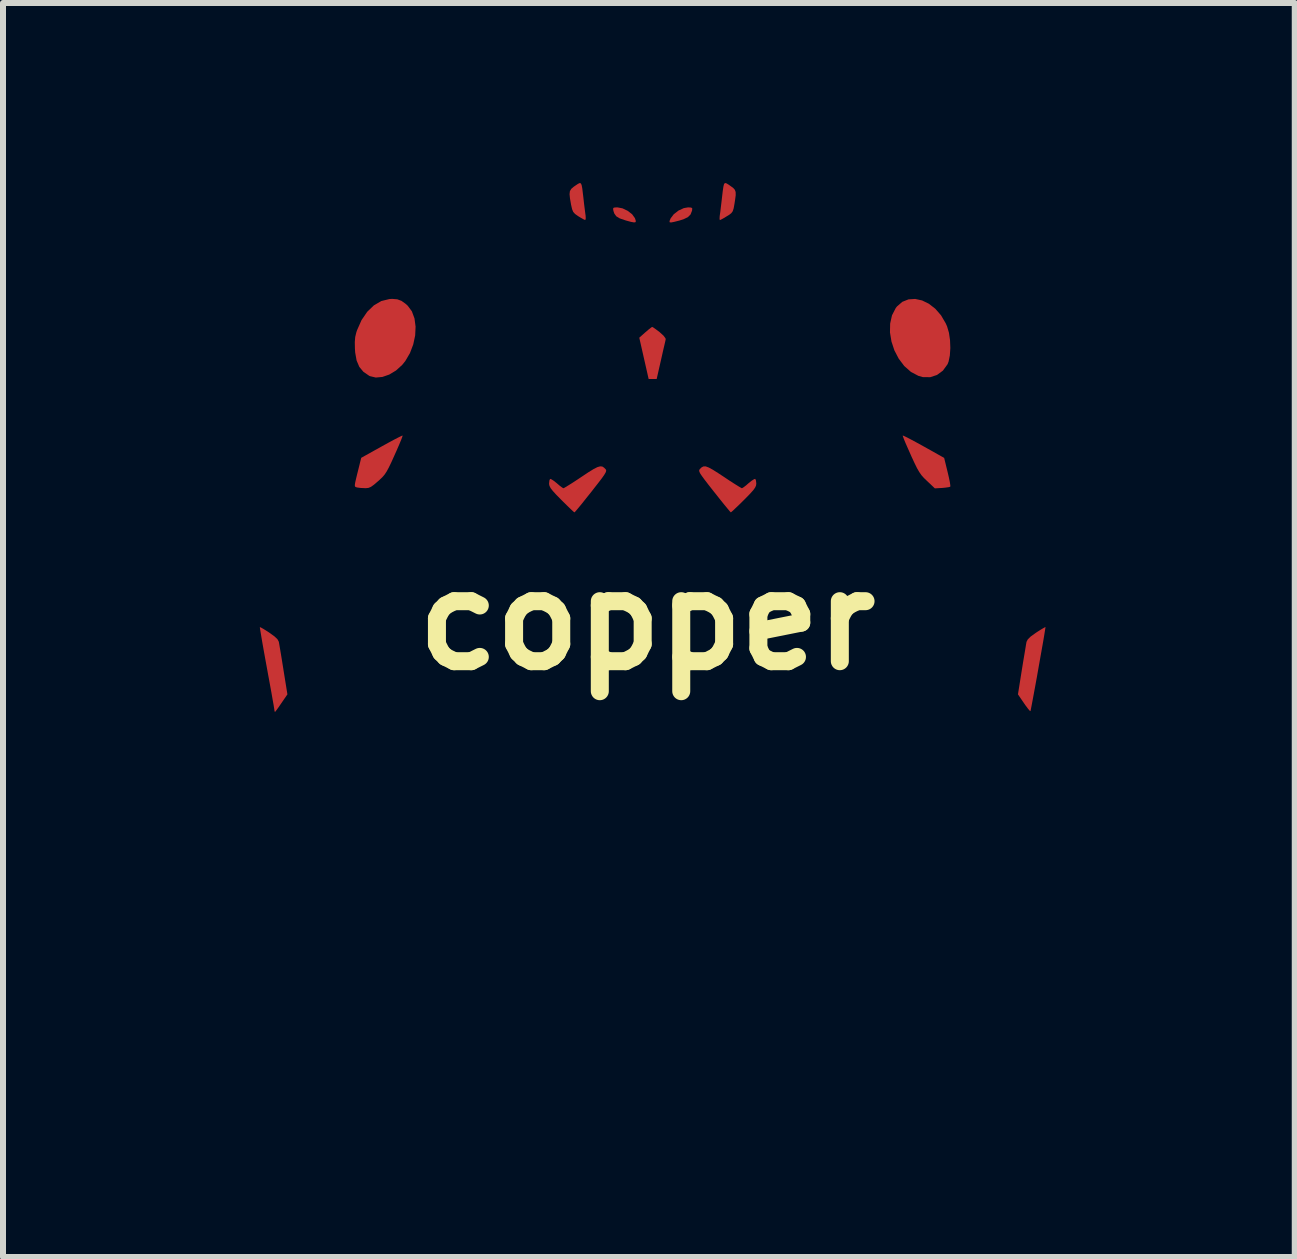
<source format=kicad_pcb>
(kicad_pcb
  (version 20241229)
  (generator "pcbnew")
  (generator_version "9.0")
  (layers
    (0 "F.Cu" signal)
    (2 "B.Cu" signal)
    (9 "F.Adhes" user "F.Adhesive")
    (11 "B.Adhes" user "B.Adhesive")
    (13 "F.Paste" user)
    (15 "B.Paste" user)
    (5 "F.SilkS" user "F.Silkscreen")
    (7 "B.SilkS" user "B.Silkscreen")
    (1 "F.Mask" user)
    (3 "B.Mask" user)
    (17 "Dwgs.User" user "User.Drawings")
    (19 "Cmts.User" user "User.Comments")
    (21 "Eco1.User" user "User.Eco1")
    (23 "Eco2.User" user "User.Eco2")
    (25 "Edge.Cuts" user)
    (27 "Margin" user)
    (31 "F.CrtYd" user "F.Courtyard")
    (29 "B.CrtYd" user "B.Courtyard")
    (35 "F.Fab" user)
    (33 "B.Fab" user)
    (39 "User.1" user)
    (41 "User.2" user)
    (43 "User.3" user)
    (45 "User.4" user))
  (footprint "copper"
    (layer "F.Cu")
    (at 7.732 7.291)
    (property "Reference" "copper" (at 0 0 0) (layer "F.SilkS") (effects (font (size 1.5 1.5) (thickness 0.3))))
    (attr board_only exclude_from_pos_files exclude_from_bom)
    (fp_poly (pts (xy 0.736 -6.882) (xy 0.755 -6.869) (xy 0.752 -6.835) (xy 0.75 -6.827) (xy 0.726 -6.766) (xy 0.682 -6.722) (xy 0.609 -6.687) (xy 0.539 -6.665) (xy 0.452 -6.643) (xy 0.4 -6.633) (xy 0.377 -6.638) (xy 0.377 -6.659) (xy 0.393 -6.698) (xy 0.394 -6.701) (xy 0.447 -6.771) (xy 0.526 -6.832) (xy 0.615 -6.873) (xy 0.686 -6.885)) (stroke (width 0) (type solid)) (fill yes) (layer "F.Cu"))
    (fp_poly (pts (xy -0.408 -6.869) (xy -0.322 -6.828) (xy -0.248 -6.771) (xy -0.201 -6.706) (xy -0.198 -6.698) (xy -0.186 -6.66) (xy -0.189 -6.639) (xy -0.213 -6.634) (xy -0.265 -6.643) (xy -0.35 -6.666) (xy -0.365 -6.671) (xy -0.455 -6.702) (xy -0.512 -6.737) (xy -0.545 -6.784) (xy -0.559 -6.827) (xy -0.565 -6.864) (xy -0.552 -6.881) (xy -0.509 -6.885) (xy -0.492 -6.885)) (stroke (width 0) (type solid)) (fill yes) (layer "F.Cu"))
    (fp_poly (pts (xy 0.109 -4.881) (xy 0.154 -4.849) (xy 0.211 -4.806) (xy 0.276 -4.747) (xy 0.309 -4.703) (xy 0.312 -4.684) (xy 0.305 -4.652) (xy 0.29 -4.587) (xy 0.269 -4.497) (xy 0.245 -4.39) (xy 0.233 -4.337) (xy 0.162 -4.025) (xy 0.095 -4.025) (xy 0.028 -4.025) (xy -0.05 -4.369) (xy -0.128 -4.713) (xy -0.027 -4.803) (xy 0.027 -4.849) (xy 0.069 -4.882) (xy 0.087 -4.893)) (stroke (width 0) (type solid)) (fill yes) (layer "F.Cu"))
    (fp_poly (pts (xy -1.103 -7.286) (xy -1.089 -7.258) (xy -1.078 -7.201) (xy -1.067 -7.109) (xy -1.059 -7.044) (xy -1.048 -6.944) (xy -1.036 -6.85) (xy -1.027 -6.778) (xy -1.023 -6.753) (xy -1.02 -6.702) (xy -1.027 -6.676) (xy -1.03 -6.674) (xy -1.057 -6.686) (xy -1.106 -6.714) (xy -1.144 -6.737) (xy -1.197 -6.774) (xy -1.229 -6.809) (xy -1.248 -6.856) (xy -1.265 -6.931) (xy -1.265 -6.931) (xy -1.283 -7.035) (xy -1.29 -7.106) (xy -1.284 -7.156) (xy -1.262 -7.193) (xy -1.223 -7.227) (xy -1.197 -7.245) (xy -1.153 -7.275) (xy -1.123 -7.29)) (stroke (width 0) (type solid)) (fill yes) (layer "F.Cu"))
    (fp_poly (pts (xy 1.326 -7.285) (xy 1.362 -7.263) (xy 1.387 -7.245) (xy 1.435 -7.211) (xy 1.464 -7.179) (xy 1.478 -7.141) (xy 1.479 -7.087) (xy 1.468 -7.005) (xy 1.459 -6.947) (xy 1.445 -6.869) (xy 1.429 -6.82) (xy 1.404 -6.787) (xy 1.361 -6.755) (xy 1.331 -6.737) (xy 1.273 -6.702) (xy 1.23 -6.679) (xy 1.215 -6.673) (xy 1.21 -6.692) (xy 1.212 -6.737) (xy 1.214 -6.753) (xy 1.222 -6.808) (xy 1.232 -6.892) (xy 1.244 -6.991) (xy 1.25 -7.044) (xy 1.263 -7.156) (xy 1.274 -7.231) (xy 1.285 -7.275) (xy 1.302 -7.291)) (stroke (width 0) (type solid)) (fill yes) (layer "F.Cu"))
    (fp_poly (pts (xy 4.282 -3.076) (xy 4.334 -3.051) (xy 4.41 -3.011) (xy 4.505 -2.96) (xy 4.612 -2.901) (xy 4.953 -2.71) (xy 5.01 -2.477) (xy 5.032 -2.383) (xy 5.048 -2.305) (xy 5.056 -2.251) (xy 5.055 -2.23) (xy 5.028 -2.222) (xy 4.972 -2.214) (xy 4.92 -2.209) (xy 4.798 -2.202) (xy 4.668 -2.325) (xy 4.617 -2.374) (xy 4.575 -2.421) (xy 4.539 -2.473) (xy 4.501 -2.538) (xy 4.459 -2.624) (xy 4.405 -2.74) (xy 4.396 -2.761) (xy 4.349 -2.867) (xy 4.309 -2.958) (xy 4.28 -3.029) (xy 4.264 -3.073) (xy 4.262 -3.083)) (stroke (width 0) (type solid)) (fill yes) (layer "F.Cu"))
    (fp_poly (pts (xy 4.585 -5.334) (xy 4.698 -5.279) (xy 4.805 -5.196) (xy 4.901 -5.086) (xy 4.979 -4.953) (xy 5.002 -4.901) (xy 5.033 -4.795) (xy 5.051 -4.671) (xy 5.056 -4.541) (xy 5.048 -4.418) (xy 5.027 -4.315) (xy 5.009 -4.27) (xy 4.932 -4.164) (xy 4.834 -4.092) (xy 4.721 -4.055) (xy 4.599 -4.056) (xy 4.526 -4.076) (xy 4.399 -4.143) (xy 4.288 -4.241) (xy 4.196 -4.363) (xy 4.124 -4.501) (xy 4.075 -4.649) (xy 4.05 -4.801) (xy 4.053 -4.949) (xy 4.084 -5.087) (xy 4.146 -5.207) (xy 4.167 -5.234) (xy 4.256 -5.311) (xy 4.359 -5.352) (xy 4.47 -5.359)) (stroke (width 0) (type solid)) (fill yes) (layer "F.Cu"))
    (fp_poly (pts (xy -4.161 -5.353) (xy -4.091 -5.327) (xy -4.02 -5.276) (xy -3.988 -5.247) (xy -3.918 -5.153) (xy -3.874 -5.034) (xy -3.856 -4.897) (xy -3.863 -4.75) (xy -3.895 -4.601) (xy -3.95 -4.456) (xy -4.028 -4.323) (xy -4.079 -4.26) (xy -4.181 -4.167) (xy -4.294 -4.099) (xy -4.409 -4.059) (xy -4.519 -4.049) (xy -4.616 -4.072) (xy -4.629 -4.078) (xy -4.726 -4.145) (xy -4.794 -4.227) (xy -4.839 -4.333) (xy -4.863 -4.468) (xy -4.867 -4.533) (xy -4.869 -4.641) (xy -4.862 -4.726) (xy -4.843 -4.804) (xy -4.831 -4.839) (xy -4.757 -5.006) (xy -4.662 -5.145) (xy -4.551 -5.252) (xy -4.427 -5.324) (xy -4.293 -5.357) (xy -4.247 -5.36)) (stroke (width 0) (type solid)) (fill yes) (layer "F.Cu"))
    (fp_poly (pts (xy -4.077 -3.062) (xy -4.097 -3.009) (xy -4.13 -2.93) (xy -4.172 -2.833) (xy -4.206 -2.757) (xy -4.26 -2.637) (xy -4.303 -2.548) (xy -4.339 -2.482) (xy -4.373 -2.431) (xy -4.41 -2.388) (xy -4.455 -2.345) (xy -4.482 -2.321) (xy -4.551 -2.262) (xy -4.6 -2.227) (xy -4.641 -2.21) (xy -4.686 -2.205) (xy -4.707 -2.206) (xy -4.773 -2.209) (xy -4.825 -2.216) (xy -4.835 -2.218) (xy -4.854 -2.224) (xy -4.866 -2.234) (xy -4.869 -2.256) (xy -4.863 -2.297) (xy -4.848 -2.363) (xy -4.824 -2.462) (xy -4.817 -2.489) (xy -4.762 -2.711) (xy -4.421 -2.901) (xy -4.312 -2.961) (xy -4.218 -3.012) (xy -4.142 -3.051) (xy -4.091 -3.076) (xy -4.072 -3.083)) (stroke (width 0) (type solid)) (fill yes) (layer "F.Cu"))
    (fp_poly (pts (xy 6.639 0.131) (xy 6.63 0.188) (xy 6.616 0.275) (xy 6.597 0.385) (xy 6.574 0.514) (xy 6.549 0.655) (xy 6.523 0.802) (xy 6.497 0.95) (xy 6.471 1.092) (xy 6.447 1.222) (xy 6.426 1.335) (xy 6.409 1.425) (xy 6.397 1.486) (xy 6.392 1.511) (xy 6.378 1.503) (xy 6.347 1.466) (xy 6.304 1.408) (xy 6.284 1.379) (xy 6.183 1.231) (xy 6.248 0.822) (xy 6.269 0.692) (xy 6.289 0.573) (xy 6.306 0.472) (xy 6.318 0.398) (xy 6.325 0.358) (xy 6.325 0.357) (xy 6.346 0.316) (xy 6.394 0.268) (xy 6.476 0.209) (xy 6.486 0.202) (xy 6.554 0.158) (xy 6.608 0.126) (xy 6.638 0.11) (xy 6.642 0.11)) (stroke (width 0) (type solid)) (fill yes) (layer "F.Cu"))
    (fp_poly (pts (xy -6.432 0.118) (xy -6.386 0.144) (xy -6.322 0.184) (xy -6.295 0.202) (xy -6.21 0.263) (xy -6.158 0.312) (xy -6.136 0.353) (xy -6.135 0.357) (xy -6.128 0.395) (xy -6.116 0.467) (xy -6.099 0.566) (xy -6.08 0.684) (xy -6.059 0.814) (xy -6.058 0.822) (xy -5.992 1.231) (xy -6.093 1.378) (xy -6.139 1.445) (xy -6.176 1.496) (xy -6.197 1.523) (xy -6.2 1.525) (xy -6.207 1.508) (xy -6.208 1.499) (xy -6.212 1.472) (xy -6.222 1.409) (xy -6.239 1.315) (xy -6.26 1.194) (xy -6.286 1.052) (xy -6.315 0.894) (xy -6.333 0.795) (xy -6.363 0.631) (xy -6.39 0.481) (xy -6.413 0.35) (xy -6.431 0.243) (xy -6.444 0.164) (xy -6.451 0.119) (xy -6.451 0.11)) (stroke (width 0) (type solid)) (fill yes) (layer "F.Cu"))
    (fp_poly (pts (xy -0.744 -2.566) (xy -0.715 -2.547) (xy -0.692 -2.524) (xy -0.681 -2.51) (xy -0.68 -2.492) (xy -0.689 -2.466) (xy -0.712 -2.427) (xy -0.751 -2.371) (xy -0.811 -2.293) (xy -0.893 -2.188) (xy -0.927 -2.144) (xy -1.009 -2.042) (xy -1.081 -1.951) (xy -1.141 -1.878) (xy -1.184 -1.827) (xy -1.206 -1.803) (xy -1.208 -1.802) (xy -1.226 -1.815) (xy -1.268 -1.854) (xy -1.328 -1.912) (xy -1.401 -1.984) (xy -1.425 -2.008) (xy -1.51 -2.094) (xy -1.568 -2.158) (xy -1.605 -2.205) (xy -1.624 -2.242) (xy -1.631 -2.274) (xy -1.631 -2.282) (xy -1.626 -2.332) (xy -1.615 -2.359) (xy -1.614 -2.36) (xy -1.59 -2.352) (xy -1.546 -2.323) (xy -1.503 -2.288) (xy -1.45 -2.243) (xy -1.409 -2.213) (xy -1.392 -2.204) (xy -1.37 -2.215) (xy -1.319 -2.246) (xy -1.245 -2.292) (xy -1.155 -2.351) (xy -1.089 -2.395) (xy -0.975 -2.471) (xy -0.889 -2.524) (xy -0.826 -2.556) (xy -0.78 -2.569)) (stroke (width 0) (type solid)) (fill yes) (layer "F.Cu"))
    (fp_poly (pts (xy 0.98 -2.568) (xy 1.029 -2.55) (xy 1.097 -2.513) (xy 1.189 -2.455) (xy 1.28 -2.395) (xy 1.377 -2.33) (xy 1.463 -2.275) (xy 1.529 -2.234) (xy 1.572 -2.209) (xy 1.583 -2.204) (xy 1.607 -2.218) (xy 1.651 -2.251) (xy 1.693 -2.288) (xy 1.746 -2.33) (xy 1.787 -2.356) (xy 1.805 -2.36) (xy 1.817 -2.333) (xy 1.822 -2.284) (xy 1.822 -2.281) (xy 1.818 -2.249) (xy 1.802 -2.214) (xy 1.771 -2.171) (xy 1.719 -2.113) (xy 1.643 -2.035) (xy 1.615 -2.007) (xy 1.539 -1.932) (xy 1.474 -1.87) (xy 1.426 -1.825) (xy 1.4 -1.803) (xy 1.398 -1.802) (xy 1.382 -1.818) (xy 1.345 -1.862) (xy 1.289 -1.93) (xy 1.219 -2.017) (xy 1.14 -2.117) (xy 1.118 -2.144) (xy 1.027 -2.26) (xy 0.96 -2.347) (xy 0.914 -2.41) (xy 0.885 -2.454) (xy 0.872 -2.484) (xy 0.87 -2.504) (xy 0.878 -2.519) (xy 0.882 -2.524) (xy 0.912 -2.553) (xy 0.943 -2.568)) (stroke (width 0) (type solid)) (fill yes) (layer "F.Cu"))
    (fp_poly (pts (xy -3.856 3.199) (xy -3.856 4.788) (xy -4.205 4.788) (xy -4.555 4.788) (xy -4.555 3.199) (xy -4.555 1.61) (xy -4.205 1.61) (xy -3.856 1.61)) (stroke (width 0) (type solid)) (fill yes) (layer "F.Mask"))
    (fp_poly (pts (xy 1.462 5.836) (xy 1.462 6.652) (xy 1.282 6.652) (xy 1.102 6.652) (xy 1.102 5.836) (xy 1.102 5.021) (xy 1.282 5.021) (xy 1.462 5.021)) (stroke (width 0) (type solid)) (fill yes) (layer "F.Mask"))
    (fp_poly (pts (xy 1.504 7.213) (xy 1.504 7.605) (xy 1.419 7.605) (xy 1.335 7.605) (xy 1.335 7.213) (xy 1.335 6.821) (xy 1.419 6.821) (xy 1.504 6.821)) (stroke (width 0) (type solid)) (fill yes) (layer "F.Mask"))
    (fp_poly (pts (xy 4.618 3.199) (xy 4.618 4.788) (xy 4.269 4.788) (xy 3.919 4.788) (xy 3.919 3.199) (xy 3.919 1.61) (xy 4.269 1.61) (xy 4.618 1.61)) (stroke (width 0) (type solid)) (fill yes) (layer "F.Mask"))
    (fp_poly (pts (xy 7.796 2.076) (xy 7.796 2.541) (xy 7.324 2.547) (xy 6.853 2.553) (xy 6.848 4.2) (xy 6.842 5.847) (xy 6.376 5.847) (xy 5.91 5.847) (xy 5.91 4.194) (xy 5.91 2.542) (xy 5.444 2.542) (xy 4.978 2.542) (xy 4.978 2.076) (xy 4.978 1.61) (xy 6.387 1.61) (xy 7.796 1.61)) (stroke (width 0) (type solid)) (fill yes) (layer "F.Mask"))
    (fp_poly (pts (xy 0.736 -6.882) (xy 0.755 -6.869) (xy 0.752 -6.835) (xy 0.75 -6.827) (xy 0.726 -6.766) (xy 0.682 -6.722) (xy 0.609 -6.687) (xy 0.539 -6.665) (xy 0.452 -6.643) (xy 0.4 -6.633) (xy 0.377 -6.638) (xy 0.377 -6.659) (xy 0.393 -6.698) (xy 0.394 -6.701) (xy 0.447 -6.771) (xy 0.526 -6.832) (xy 0.615 -6.873) (xy 0.686 -6.885)) (stroke (width 0) (type solid)) (fill yes) (layer "F.Mask"))
    (fp_poly (pts (xy -0.408 -6.869) (xy -0.322 -6.828) (xy -0.248 -6.771) (xy -0.201 -6.706) (xy -0.198 -6.698) (xy -0.186 -6.66) (xy -0.189 -6.639) (xy -0.213 -6.634) (xy -0.265 -6.643) (xy -0.35 -6.666) (xy -0.365 -6.671) (xy -0.455 -6.702) (xy -0.512 -6.737) (xy -0.545 -6.784) (xy -0.559 -6.827) (xy -0.565 -6.864) (xy -0.552 -6.881) (xy -0.509 -6.885) (xy -0.492 -6.885)) (stroke (width 0) (type solid)) (fill yes) (layer "F.Mask"))
    (fp_poly (pts (xy 0.109 -4.881) (xy 0.154 -4.849) (xy 0.211 -4.806) (xy 0.276 -4.747) (xy 0.309 -4.703) (xy 0.312 -4.684) (xy 0.305 -4.652) (xy 0.29 -4.587) (xy 0.269 -4.497) (xy 0.245 -4.39) (xy 0.233 -4.337) (xy 0.162 -4.025) (xy 0.095 -4.025) (xy 0.028 -4.025) (xy -0.05 -4.369) (xy -0.128 -4.713) (xy -0.027 -4.803) (xy 0.027 -4.849) (xy 0.069 -4.882) (xy 0.087 -4.893)) (stroke (width 0) (type solid)) (fill yes) (layer "F.Mask"))
    (fp_poly (pts (xy -2.86 6.302) (xy -2.86 7.584) (xy -3.146 7.584) (xy -3.432 7.584) (xy -3.432 7.023) (xy -3.432 6.461) (xy -3.718 6.461) (xy -4.004 6.461) (xy -4.004 7.023) (xy -4.004 7.584) (xy -4.279 7.584) (xy -4.555 7.584) (xy -4.555 6.302) (xy -4.555 5.021) (xy -4.279 5.021) (xy -4.004 5.021) (xy -4.004 5.455) (xy -4.004 5.889) (xy -3.718 5.889) (xy -3.433 5.889) (xy -3.427 5.46) (xy -3.421 5.031) (xy -3.141 5.025) (xy -2.86 5.019)) (stroke (width 0) (type solid)) (fill yes) (layer "F.Mask"))
    (fp_poly (pts (xy 2.118 6.906) (xy 2.116 6.96) (xy 2.102 6.984) (xy 2.064 6.991) (xy 2.034 6.991) (xy 1.95 6.991) (xy 1.944 7.293) (xy 1.938 7.595) (xy 1.863 7.601) (xy 1.809 7.601) (xy 1.776 7.594) (xy 1.773 7.592) (xy 1.768 7.566) (xy 1.763 7.507) (xy 1.76 7.421) (xy 1.758 7.317) (xy 1.758 7.284) (xy 1.758 6.991) (xy 1.674 6.991) (xy 1.589 6.991) (xy 1.589 6.906) (xy 1.589 6.821) (xy 1.854 6.821) (xy 2.118 6.821)) (stroke (width 0) (type solid)) (fill yes) (layer "F.Mask"))
    (fp_poly (pts (xy 2.14 2.85) (xy 2.14 4.09) (xy 2.494 4.084) (xy 2.849 4.078) (xy 2.855 2.844) (xy 2.86 1.61) (xy 3.21 1.61) (xy 3.559 1.61) (xy 3.559 3.019) (xy 3.559 4.428) (xy 3.379 4.428) (xy 3.199 4.428) (xy 3.199 4.608) (xy 3.199 4.788) (xy 2.501 4.788) (xy 1.802 4.788) (xy 1.796 4.613) (xy 1.79 4.438) (xy 1.615 4.432) (xy 1.441 4.426) (xy 1.441 3.018) (xy 1.441 1.61) (xy 1.79 1.61) (xy 2.14 1.61)) (stroke (width 0) (type solid)) (fill yes) (layer "F.Mask"))
    (fp_poly (pts (xy 2.542 5.116) (xy 2.542 5.211) (xy 2.637 5.211) (xy 2.733 5.211) (xy 2.733 5.932) (xy 2.733 6.652) (xy 2.553 6.652) (xy 2.373 6.652) (xy 2.368 6.022) (xy 2.362 5.391) (xy 2.187 5.385) (xy 2.013 5.379) (xy 2.013 6.015) (xy 2.013 6.652) (xy 1.832 6.652) (xy 1.652 6.652) (xy 1.652 5.932) (xy 1.652 5.211) (xy 1.737 5.211) (xy 1.822 5.211) (xy 1.822 5.116) (xy 1.822 5.021) (xy 2.182 5.021) (xy 2.542 5.021)) (stroke (width 0) (type solid)) (fill yes) (layer "F.Mask"))
    (fp_poly (pts (xy -1.103 -7.286) (xy -1.089 -7.258) (xy -1.078 -7.201) (xy -1.067 -7.109) (xy -1.059 -7.044) (xy -1.048 -6.944) (xy -1.036 -6.85) (xy -1.027 -6.778) (xy -1.023 -6.753) (xy -1.02 -6.702) (xy -1.027 -6.676) (xy -1.03 -6.674) (xy -1.057 -6.686) (xy -1.106 -6.714) (xy -1.144 -6.737) (xy -1.197 -6.774) (xy -1.229 -6.809) (xy -1.248 -6.856) (xy -1.265 -6.931) (xy -1.265 -6.931) (xy -1.283 -7.035) (xy -1.29 -7.106) (xy -1.284 -7.156) (xy -1.262 -7.193) (xy -1.223 -7.227) (xy -1.197 -7.245) (xy -1.153 -7.275) (xy -1.123 -7.29)) (stroke (width 0) (type solid)) (fill yes) (layer "F.Mask"))
    (fp_poly (pts (xy 1.326 -7.285) (xy 1.362 -7.263) (xy 1.387 -7.245) (xy 1.435 -7.211) (xy 1.464 -7.179) (xy 1.478 -7.141) (xy 1.479 -7.087) (xy 1.468 -7.005) (xy 1.459 -6.947) (xy 1.445 -6.869) (xy 1.429 -6.82) (xy 1.404 -6.787) (xy 1.361 -6.755) (xy 1.331 -6.737) (xy 1.273 -6.702) (xy 1.23 -6.679) (xy 1.215 -6.673) (xy 1.21 -6.692) (xy 1.212 -6.737) (xy 1.214 -6.753) (xy 1.222 -6.808) (xy 1.232 -6.892) (xy 1.244 -6.991) (xy 1.25 -7.044) (xy 1.263 -7.156) (xy 1.274 -7.231) (xy 1.285 -7.275) (xy 1.302 -7.291)) (stroke (width 0) (type solid)) (fill yes) (layer "F.Mask"))
    (fp_poly (pts (xy 4.282 -3.076) (xy 4.334 -3.051) (xy 4.41 -3.011) (xy 4.505 -2.96) (xy 4.612 -2.901) (xy 4.953 -2.71) (xy 5.01 -2.477) (xy 5.032 -2.383) (xy 5.048 -2.305) (xy 5.056 -2.251) (xy 5.055 -2.23) (xy 5.028 -2.222) (xy 4.972 -2.214) (xy 4.92 -2.209) (xy 4.798 -2.202) (xy 4.668 -2.325) (xy 4.617 -2.374) (xy 4.575 -2.421) (xy 4.539 -2.473) (xy 4.501 -2.538) (xy 4.459 -2.624) (xy 4.405 -2.74) (xy 4.396 -2.761) (xy 4.349 -2.867) (xy 4.309 -2.958) (xy 4.28 -3.029) (xy 4.264 -3.073) (xy 4.262 -3.083)) (stroke (width 0) (type solid)) (fill yes) (layer "F.Mask"))
    (fp_poly (pts (xy 4.585 -5.334) (xy 4.698 -5.279) (xy 4.805 -5.196) (xy 4.901 -5.086) (xy 4.979 -4.953) (xy 5.002 -4.901) (xy 5.033 -4.795) (xy 5.051 -4.671) (xy 5.056 -4.541) (xy 5.048 -4.418) (xy 5.027 -4.315) (xy 5.009 -4.27) (xy 4.932 -4.164) (xy 4.834 -4.092) (xy 4.721 -4.055) (xy 4.599 -4.056) (xy 4.526 -4.076) (xy 4.399 -4.143) (xy 4.288 -4.241) (xy 4.196 -4.363) (xy 4.124 -4.501) (xy 4.075 -4.649) (xy 4.05 -4.801) (xy 4.053 -4.949) (xy 4.084 -5.087) (xy 4.146 -5.207) (xy 4.167 -5.234) (xy 4.256 -5.311) (xy 4.359 -5.352) (xy 4.47 -5.359)) (stroke (width 0) (type solid)) (fill yes) (layer "F.Mask"))
    (fp_poly (pts (xy 0.747 5.025) (xy 0.922 5.031) (xy 0.927 5.301) (xy 0.933 5.571) (xy 0.837 5.571) (xy 0.741 5.571) (xy 0.741 5.752) (xy 0.741 5.932) (xy 0.837 5.932) (xy 0.932 5.932) (xy 0.932 6.292) (xy 0.932 6.652) (xy 0.752 6.652) (xy 0.572 6.652) (xy 0.572 6.292) (xy 0.572 5.932) (xy 0.392 5.932) (xy 0.212 5.932) (xy 0.212 6.292) (xy 0.212 6.652) (xy 0.032 6.652) (xy -0.148 6.652) (xy -0.148 5.835) (xy -0.148 5.019) (xy 0.026 5.025) (xy 0.201 5.031) (xy 0.207 5.301) (xy 0.213 5.571) (xy 0.393 5.571) (xy 0.572 5.571) (xy 0.572 5.295) (xy 0.572 5.019)) (stroke (width 0) (type solid)) (fill yes) (layer "F.Mask"))
    (fp_poly (pts (xy -4.161 -5.353) (xy -4.091 -5.327) (xy -4.02 -5.276) (xy -3.988 -5.247) (xy -3.918 -5.153) (xy -3.874 -5.034) (xy -3.856 -4.897) (xy -3.863 -4.75) (xy -3.895 -4.601) (xy -3.95 -4.456) (xy -4.028 -4.323) (xy -4.079 -4.26) (xy -4.181 -4.167) (xy -4.294 -4.099) (xy -4.409 -4.059) (xy -4.519 -4.049) (xy -4.616 -4.072) (xy -4.629 -4.078) (xy -4.726 -4.145) (xy -4.794 -4.227) (xy -4.839 -4.333) (xy -4.863 -4.468) (xy -4.867 -4.533) (xy -4.869 -4.641) (xy -4.862 -4.726) (xy -4.843 -4.804) (xy -4.831 -4.839) (xy -4.757 -5.006) (xy -4.662 -5.145) (xy -4.551 -5.252) (xy -4.427 -5.324) (xy -4.293 -5.357) (xy -4.247 -5.36)) (stroke (width 0) (type solid)) (fill yes) (layer "F.Mask"))
    (fp_poly (pts (xy -4.077 -3.062) (xy -4.097 -3.009) (xy -4.13 -2.93) (xy -4.172 -2.833) (xy -4.206 -2.757) (xy -4.26 -2.637) (xy -4.303 -2.548) (xy -4.339 -2.482) (xy -4.373 -2.431) (xy -4.41 -2.388) (xy -4.455 -2.345) (xy -4.482 -2.321) (xy -4.551 -2.262) (xy -4.6 -2.227) (xy -4.641 -2.21) (xy -4.686 -2.205) (xy -4.707 -2.206) (xy -4.773 -2.209) (xy -4.825 -2.216) (xy -4.835 -2.218) (xy -4.854 -2.224) (xy -4.866 -2.234) (xy -4.869 -2.256) (xy -4.863 -2.297) (xy -4.848 -2.363) (xy -4.824 -2.462) (xy -4.817 -2.489) (xy -4.762 -2.711) (xy -4.421 -2.901) (xy -4.312 -2.961) (xy -4.218 -3.012) (xy -4.142 -3.051) (xy -4.091 -3.076) (xy -4.072 -3.083)) (stroke (width 0) (type solid)) (fill yes) (layer "F.Mask"))
    (fp_poly (pts (xy 6.639 0.131) (xy 6.63 0.188) (xy 6.616 0.275) (xy 6.597 0.385) (xy 6.574 0.514) (xy 6.549 0.655) (xy 6.523 0.802) (xy 6.497 0.95) (xy 6.471 1.092) (xy 6.447 1.222) (xy 6.426 1.335) (xy 6.409 1.425) (xy 6.397 1.486) (xy 6.392 1.511) (xy 6.378 1.503) (xy 6.347 1.466) (xy 6.304 1.408) (xy 6.284 1.379) (xy 6.183 1.231) (xy 6.248 0.822) (xy 6.269 0.692) (xy 6.289 0.573) (xy 6.306 0.472) (xy 6.318 0.398) (xy 6.325 0.358) (xy 6.325 0.357) (xy 6.346 0.316) (xy 6.394 0.268) (xy 6.476 0.209) (xy 6.486 0.202) (xy 6.554 0.158) (xy 6.608 0.126) (xy 6.638 0.11) (xy 6.642 0.11)) (stroke (width 0) (type solid)) (fill yes) (layer "F.Mask"))
    (fp_poly (pts (xy -1.779 5.116) (xy -1.779 5.211) (xy -1.684 5.211) (xy -1.589 5.211) (xy -1.589 5.932) (xy -1.589 6.652) (xy -1.768 6.652) (xy -1.948 6.652) (xy -1.954 6.382) (xy -1.96 6.112) (xy -2.134 6.106) (xy -2.309 6.099) (xy -2.309 6.376) (xy -2.309 6.652) (xy -2.489 6.652) (xy -2.669 6.652) (xy -2.669 5.932) (xy -2.669 5.379) (xy -2.309 5.379) (xy -2.309 5.56) (xy -2.309 5.741) (xy -2.128 5.741) (xy -1.947 5.741) (xy -1.953 5.566) (xy -1.96 5.391) (xy -2.134 5.385) (xy -2.309 5.379) (xy -2.669 5.379) (xy -2.669 5.211) (xy -2.584 5.211) (xy -2.5 5.211) (xy -2.5 5.116) (xy -2.5 5.021) (xy -2.14 5.021) (xy -1.779 5.021)) (stroke (width 0) (type solid)) (fill yes) (layer "F.Mask"))
    (fp_poly (pts (xy -6.432 0.118) (xy -6.386 0.144) (xy -6.322 0.184) (xy -6.295 0.202) (xy -6.21 0.263) (xy -6.158 0.312) (xy -6.136 0.353) (xy -6.135 0.357) (xy -6.128 0.395) (xy -6.116 0.467) (xy -6.099 0.566) (xy -6.08 0.684) (xy -6.059 0.814) (xy -6.058 0.822) (xy -5.992 1.231) (xy -6.093 1.378) (xy -6.139 1.445) (xy -6.176 1.496) (xy -6.197 1.523) (xy -6.2 1.525) (xy -6.207 1.508) (xy -6.208 1.499) (xy -6.212 1.472) (xy -6.222 1.409) (xy -6.239 1.315) (xy -6.26 1.194) (xy -6.286 1.052) (xy -6.315 0.894) (xy -6.333 0.795) (xy -6.363 0.631) (xy -6.39 0.481) (xy -6.413 0.35) (xy -6.431 0.243) (xy -6.444 0.164) (xy -6.451 0.119) (xy -6.451 0.11)) (stroke (width 0) (type solid)) (fill yes) (layer "F.Mask"))
    (fp_poly (pts (xy -1.737 1.79) (xy -1.737 1.97) (xy -1.568 1.97) (xy -1.398 1.97) (xy -1.398 2.5) (xy -1.398 3.029) (xy -1.568 3.029) (xy -1.737 3.029) (xy -1.737 3.199) (xy -1.737 3.368) (xy -1.568 3.368) (xy -1.398 3.368) (xy -1.398 4.078) (xy -1.398 4.788) (xy -1.748 4.788) (xy -2.097 4.788) (xy -2.097 4.258) (xy -2.097 3.728) (xy -2.447 3.728) (xy -2.796 3.728) (xy -2.796 4.258) (xy -2.796 4.788) (xy -3.146 4.788) (xy -3.495 4.788) (xy -3.495 3.199) (xy -3.495 2.309) (xy -2.796 2.309) (xy -2.796 2.669) (xy -2.796 3.029) (xy -2.447 3.029) (xy -2.097 3.029) (xy -2.097 2.669) (xy -2.097 2.309) (xy -2.447 2.309) (xy -2.796 2.309) (xy -3.495 2.309) (xy -3.495 1.61) (xy -2.616 1.61) (xy -1.737 1.61)) (stroke (width 0) (type solid)) (fill yes) (layer "F.Mask"))
    (fp_poly (pts (xy -5.381 1.843) (xy -5.381 2.076) (xy -5.148 2.076) (xy -4.915 2.076) (xy -4.915 2.542) (xy -4.915 3.008) (xy -5.38 3.008) (xy -5.845 3.008) (xy -5.851 2.78) (xy -5.857 2.553) (xy -6.329 2.547) (xy -6.8 2.541) (xy -6.8 3.717) (xy -6.8 4.894) (xy -6.324 4.894) (xy -5.847 4.894) (xy -5.847 4.661) (xy -5.847 4.428) (xy -5.381 4.428) (xy -4.915 4.428) (xy -4.915 4.894) (xy -4.915 5.36) (xy -5.147 5.36) (xy -5.379 5.36) (xy -5.385 5.598) (xy -5.391 5.836) (xy -6.329 5.842) (xy -7.266 5.847) (xy -7.266 5.603) (xy -7.266 5.36) (xy -7.499 5.36) (xy -7.732 5.36) (xy -7.732 3.718) (xy -7.732 2.076) (xy -7.499 2.076) (xy -7.266 2.076) (xy -7.266 1.843) (xy -7.266 1.61) (xy -6.324 1.61) (xy -5.381 1.61)) (stroke (width 0) (type solid)) (fill yes) (layer "F.Mask"))
    (fp_poly (pts (xy 0.725 1.785) (xy 0.731 1.96) (xy 0.906 1.966) (xy 1.08 1.972) (xy 1.08 2.321) (xy 1.08 2.669) (xy 0.731 2.669) (xy 0.381 2.669) (xy 0.381 2.489) (xy 0.381 2.309) (xy 0.032 2.309) (xy -0.318 2.309) (xy -0.318 3.199) (xy -0.318 4.089) (xy 0.032 4.089) (xy 0.381 4.089) (xy 0.381 3.909) (xy 0.381 3.728) (xy 0.731 3.728) (xy 1.08 3.728) (xy 1.08 4.078) (xy 1.08 4.428) (xy 0.9 4.428) (xy 0.72 4.428) (xy 0.72 4.608) (xy 0.72 4.788) (xy 0.021 4.788) (xy -0.678 4.788) (xy -0.678 4.608) (xy -0.678 4.428) (xy -0.858 4.428) (xy -1.038 4.428) (xy -1.038 3.199) (xy -1.038 1.97) (xy -0.858 1.97) (xy -0.678 1.97) (xy -0.678 1.79) (xy -0.678 1.61) (xy 0.02 1.61) (xy 0.719 1.61)) (stroke (width 0) (type solid)) (fill yes) (layer "F.Mask"))
    (fp_poly (pts (xy 1.073 6.822) (xy 1.126 6.826) (xy 1.154 6.834) (xy 1.164 6.85) (xy 1.165 6.864) (xy 1.18 6.899) (xy 1.208 6.906) (xy 1.223 6.908) (xy 1.234 6.918) (xy 1.242 6.941) (xy 1.247 6.985) (xy 1.249 7.054) (xy 1.25 7.156) (xy 1.25 7.256) (xy 1.25 7.605) (xy 1.165 7.605) (xy 1.08 7.605) (xy 1.08 7.298) (xy 1.08 6.991) (xy 0.985 6.991) (xy 0.89 6.991) (xy 0.89 7.298) (xy 0.89 7.605) (xy 0.805 7.605) (xy 0.72 7.605) (xy 0.72 7.256) (xy 0.721 7.127) (xy 0.722 7.034) (xy 0.725 6.972) (xy 0.73 6.934) (xy 0.738 6.914) (xy 0.751 6.907) (xy 0.763 6.906) (xy 0.798 6.891) (xy 0.805 6.864) (xy 0.808 6.843) (xy 0.824 6.831) (xy 0.86 6.824) (xy 0.925 6.822) (xy 0.985 6.821)) (stroke (width 0) (type solid)) (fill yes) (layer "F.Mask"))
    (fp_poly (pts (xy 4.322 5.169) (xy 4.322 5.317) (xy 4.47 5.317) (xy 4.618 5.317) (xy 4.618 5.603) (xy 4.618 5.889) (xy 4.332 5.889) (xy 4.046 5.889) (xy 4.046 5.741) (xy 4.046 5.593) (xy 3.76 5.593) (xy 3.474 5.593) (xy 3.474 6.313) (xy 3.474 7.033) (xy 3.76 7.033) (xy 4.046 7.033) (xy 4.046 6.885) (xy 4.046 6.737) (xy 3.909 6.737) (xy 3.771 6.737) (xy 3.771 6.451) (xy 3.771 6.165) (xy 4.194 6.165) (xy 4.618 6.165) (xy 4.618 6.885) (xy 4.618 7.605) (xy 3.909 7.605) (xy 3.199 7.605) (xy 3.199 7.457) (xy 3.199 7.309) (xy 3.051 7.309) (xy 2.902 7.309) (xy 2.902 6.313) (xy 2.902 5.317) (xy 3.051 5.317) (xy 3.199 5.317) (xy 3.199 5.169) (xy 3.199 5.021) (xy 3.76 5.021) (xy 4.322 5.021)) (stroke (width 0) (type solid)) (fill yes) (layer "F.Mask"))
    (fp_poly (pts (xy 0.275 7.118) (xy 0.275 7.415) (xy 0.371 7.415) (xy 0.466 7.415) (xy 0.466 7.118) (xy 0.466 6.821) (xy 0.551 6.821) (xy 0.636 6.821) (xy 0.636 7.16) (xy 0.635 7.287) (xy 0.634 7.378) (xy 0.631 7.438) (xy 0.625 7.474) (xy 0.616 7.492) (xy 0.604 7.499) (xy 0.595 7.499) (xy 0.558 7.517) (xy 0.547 7.547) (xy 0.54 7.571) (xy 0.522 7.586) (xy 0.483 7.595) (xy 0.415 7.599) (xy 0.38 7.601) (xy 0.302 7.602) (xy 0.24 7.599) (xy 0.207 7.593) (xy 0.206 7.592) (xy 0.193 7.56) (xy 0.191 7.538) (xy 0.174 7.505) (xy 0.148 7.499) (xy 0.132 7.497) (xy 0.121 7.487) (xy 0.114 7.463) (xy 0.109 7.419) (xy 0.107 7.348) (xy 0.106 7.245) (xy 0.106 7.16) (xy 0.106 6.821) (xy 0.191 6.821) (xy 0.275 6.821)) (stroke (width 0) (type solid)) (fill yes) (layer "F.Mask"))
    (fp_poly (pts (xy -0.874 5.025) (xy -0.519 5.031) (xy -0.513 5.121) (xy -0.506 5.178) (xy -0.492 5.204) (xy -0.456 5.211) (xy -0.422 5.211) (xy -0.339 5.211) (xy -0.339 5.391) (xy -0.339 5.571) (xy -0.519 5.571) (xy -0.699 5.571) (xy -0.699 5.476) (xy -0.699 5.381) (xy -0.879 5.381) (xy -1.059 5.381) (xy -1.059 5.836) (xy -1.059 6.292) (xy -0.879 6.292) (xy -0.699 6.292) (xy -0.699 6.196) (xy -0.699 6.101) (xy -0.519 6.101) (xy -0.339 6.101) (xy -0.339 6.281) (xy -0.339 6.461) (xy -0.424 6.461) (xy -0.508 6.461) (xy -0.508 6.557) (xy -0.508 6.652) (xy -0.867 6.652) (xy -1.226 6.652) (xy -1.233 6.562) (xy -1.239 6.505) (xy -1.255 6.478) (xy -1.293 6.468) (xy -1.329 6.465) (xy -1.419 6.459) (xy -1.419 5.835) (xy -1.419 5.211) (xy -1.324 5.211) (xy -1.229 5.211) (xy -1.229 5.116) (xy -1.229 5.02)) (stroke (width 0) (type solid)) (fill yes) (layer "F.Mask"))
    (fp_poly (pts (xy -0.744 -2.566) (xy -0.715 -2.547) (xy -0.692 -2.524) (xy -0.681 -2.51) (xy -0.68 -2.492) (xy -0.689 -2.466) (xy -0.712 -2.427) (xy -0.751 -2.371) (xy -0.811 -2.293) (xy -0.893 -2.188) (xy -0.927 -2.144) (xy -1.009 -2.042) (xy -1.081 -1.951) (xy -1.141 -1.878) (xy -1.184 -1.827) (xy -1.206 -1.803) (xy -1.208 -1.802) (xy -1.226 -1.815) (xy -1.268 -1.854) (xy -1.328 -1.912) (xy -1.401 -1.984) (xy -1.425 -2.008) (xy -1.51 -2.094) (xy -1.568 -2.158) (xy -1.605 -2.205) (xy -1.624 -2.242) (xy -1.631 -2.274) (xy -1.631 -2.282) (xy -1.626 -2.332) (xy -1.615 -2.359) (xy -1.614 -2.36) (xy -1.59 -2.352) (xy -1.546 -2.323) (xy -1.503 -2.288) (xy -1.45 -2.243) (xy -1.409 -2.213) (xy -1.392 -2.204) (xy -1.37 -2.215) (xy -1.319 -2.246) (xy -1.245 -2.292) (xy -1.155 -2.351) (xy -1.089 -2.395) (xy -0.975 -2.471) (xy -0.889 -2.524) (xy -0.826 -2.556) (xy -0.78 -2.569)) (stroke (width 0) (type solid)) (fill yes) (layer "F.Mask"))
    (fp_poly (pts (xy 0.98 -2.568) (xy 1.029 -2.55) (xy 1.097 -2.513) (xy 1.189 -2.455) (xy 1.28 -2.395) (xy 1.377 -2.33) (xy 1.463 -2.275) (xy 1.529 -2.234) (xy 1.572 -2.209) (xy 1.583 -2.204) (xy 1.607 -2.218) (xy 1.651 -2.251) (xy 1.693 -2.288) (xy 1.746 -2.33) (xy 1.787 -2.356) (xy 1.805 -2.36) (xy 1.817 -2.333) (xy 1.822 -2.284) (xy 1.822 -2.281) (xy 1.818 -2.249) (xy 1.802 -2.214) (xy 1.771 -2.171) (xy 1.719 -2.113) (xy 1.643 -2.035) (xy 1.615 -2.007) (xy 1.539 -1.932) (xy 1.474 -1.87) (xy 1.426 -1.825) (xy 1.4 -1.803) (xy 1.398 -1.802) (xy 1.382 -1.818) (xy 1.345 -1.862) (xy 1.289 -1.93) (xy 1.219 -2.017) (xy 1.14 -2.117) (xy 1.118 -2.144) (xy 1.027 -2.26) (xy 0.96 -2.347) (xy 0.914 -2.41) (xy 0.885 -2.454) (xy 0.872 -2.484) (xy 0.87 -2.504) (xy 0.878 -2.519) (xy 0.882 -2.524) (xy 0.912 -2.553) (xy 0.943 -2.568)) (stroke (width 0) (type solid)) (fill yes) (layer "F.Mask"))
    (fp_poly (pts (xy 2.373 6.991) (xy 2.373 7.16) (xy 2.457 7.16) (xy 2.542 7.16) (xy 2.542 6.991) (xy 2.542 6.821) (xy 2.627 6.821) (xy 2.712 6.821) (xy 2.712 7.158) (xy 2.711 7.284) (xy 2.71 7.375) (xy 2.707 7.435) (xy 2.701 7.473) (xy 2.692 7.493) (xy 2.678 7.503) (xy 2.669 7.505) (xy 2.633 7.534) (xy 2.627 7.561) (xy 2.624 7.581) (xy 2.612 7.594) (xy 2.581 7.601) (xy 2.525 7.604) (xy 2.436 7.605) (xy 2.415 7.605) (xy 2.203 7.605) (xy 2.203 7.51) (xy 2.203 7.415) (xy 2.385 7.415) (xy 2.473 7.414) (xy 2.526 7.41) (xy 2.553 7.402) (xy 2.56 7.387) (xy 2.559 7.377) (xy 2.547 7.356) (xy 2.513 7.343) (xy 2.45 7.336) (xy 2.42 7.334) (xy 2.347 7.329) (xy 2.307 7.32) (xy 2.29 7.304) (xy 2.288 7.286) (xy 2.272 7.252) (xy 2.246 7.245) (xy 2.226 7.242) (xy 2.214 7.228) (xy 2.207 7.196) (xy 2.204 7.137) (xy 2.203 7.045) (xy 2.203 7.033) (xy 2.203 6.821) (xy 2.288 6.821) (xy 2.373 6.821)) (stroke (width 0) (type solid)) (fill yes) (layer "F.Mask"))
    (fp_poly (pts (xy -1.002 6.822) (xy -0.928 6.824) (xy -0.882 6.828) (xy -0.858 6.836) (xy -0.849 6.849) (xy -0.847 6.864) (xy -0.832 6.899) (xy -0.805 6.906) (xy -0.789 6.908) (xy -0.778 6.918) (xy -0.771 6.941) (xy -0.766 6.985) (xy -0.764 7.054) (xy -0.763 7.156) (xy -0.763 7.256) (xy -0.763 7.605) (xy -0.847 7.605) (xy -0.932 7.605) (xy -0.932 7.298) (xy -0.932 7.178) (xy -0.934 7.094) (xy -0.937 7.04) (xy -0.944 7.009) (xy -0.954 6.995) (xy -0.969 6.991) (xy -0.974 6.991) (xy -0.99 6.993) (xy -1.002 7.005) (xy -1.01 7.032) (xy -1.015 7.082) (xy -1.018 7.16) (xy -1.021 7.273) (xy -1.022 7.293) (xy -1.027 7.595) (xy -1.107 7.601) (xy -1.186 7.608) (xy -1.186 7.299) (xy -1.186 6.991) (xy -1.239 6.991) (xy -1.292 6.991) (xy -1.292 7.298) (xy -1.292 7.605) (xy -1.377 7.605) (xy -1.462 7.605) (xy -1.462 7.256) (xy -1.461 7.127) (xy -1.46 7.034) (xy -1.457 6.972) (xy -1.452 6.934) (xy -1.444 6.914) (xy -1.431 6.907) (xy -1.419 6.906) (xy -1.384 6.891) (xy -1.377 6.864) (xy -1.375 6.846) (xy -1.363 6.834) (xy -1.335 6.827) (xy -1.283 6.823) (xy -1.202 6.822) (xy -1.112 6.821)) (stroke (width 0) (type solid)) (fill yes) (layer "F.Mask"))
    (fp_poly (pts (xy -0.218 6.822) (xy -0.144 6.824) (xy -0.098 6.828) (xy -0.074 6.836) (xy -0.065 6.849) (xy -0.064 6.864) (xy -0.049 6.899) (xy -0.021 6.906) (xy -0.006 6.908) (xy 0.006 6.918) (xy 0.013 6.941) (xy 0.018 6.985) (xy 0.02 7.054) (xy 0.021 7.156) (xy 0.021 7.256) (xy 0.021 7.605) (xy -0.064 7.605) (xy -0.148 7.605) (xy -0.148 7.298) (xy -0.149 7.178) (xy -0.15 7.094) (xy -0.154 7.04) (xy -0.16 7.009) (xy -0.17 6.995) (xy -0.185 6.991) (xy -0.19 6.991) (xy -0.207 6.993) (xy -0.218 7.005) (xy -0.226 7.032) (xy -0.231 7.082) (xy -0.235 7.16) (xy -0.237 7.273) (xy -0.238 7.293) (xy -0.244 7.595) (xy -0.323 7.601) (xy -0.403 7.608) (xy -0.403 7.299) (xy -0.403 6.991) (xy -0.455 6.991) (xy -0.508 6.991) (xy -0.508 7.298) (xy -0.508 7.605) (xy -0.593 7.605) (xy -0.678 7.605) (xy -0.678 7.256) (xy -0.678 7.127) (xy -0.676 7.034) (xy -0.674 6.972) (xy -0.668 6.934) (xy -0.66 6.914) (xy -0.648 6.907) (xy -0.636 6.906) (xy -0.6 6.891) (xy -0.593 6.864) (xy -0.591 6.846) (xy -0.579 6.834) (xy -0.551 6.827) (xy -0.5 6.823) (xy -0.418 6.822) (xy -0.328 6.821)) (stroke (width 0) (type solid)) (fill yes) (layer "F.Mask"))
    (fp_poly (pts (xy -1.717 6.801) (xy -1.666 6.804) (xy -1.641 6.813) (xy -1.632 6.831) (xy -1.631 6.853) (xy -1.621 6.895) (xy -1.589 6.906) (xy -1.572 6.908) (xy -1.56 6.919) (xy -1.553 6.945) (xy -1.549 6.993) (xy -1.547 7.07) (xy -1.546 7.181) (xy -1.546 7.203) (xy -1.547 7.32) (xy -1.548 7.402) (xy -1.552 7.454) (xy -1.559 7.483) (xy -1.57 7.496) (xy -1.586 7.499) (xy -1.589 7.499) (xy -1.622 7.512) (xy -1.631 7.552) (xy -1.633 7.578) (xy -1.644 7.594) (xy -1.673 7.602) (xy -1.729 7.605) (xy -1.801 7.605) (xy -1.885 7.604) (xy -1.935 7.6) (xy -1.961 7.591) (xy -1.969 7.574) (xy -1.97 7.561) (xy -1.988 7.519) (xy -2.013 7.505) (xy -2.029 7.498) (xy -2.041 7.483) (xy -2.049 7.453) (xy -2.053 7.401) (xy -2.054 7.321) (xy -2.055 7.204) (xy -2.055 7.203) (xy -2.055 7.086) (xy -2.053 7.005) (xy -2.052 6.991) (xy -1.885 6.991) (xy -1.885 7.203) (xy -1.885 7.415) (xy -1.801 7.415) (xy -1.716 7.415) (xy -1.716 7.203) (xy -1.716 6.991) (xy -1.801 6.991) (xy -1.885 6.991) (xy -2.052 6.991) (xy -2.049 6.953) (xy -2.041 6.922) (xy -2.03 6.907) (xy -2.013 6.9) (xy -2.013 6.9) (xy -1.977 6.872) (xy -1.97 6.845) (xy -1.967 6.822) (xy -1.952 6.809) (xy -1.916 6.803) (xy -1.852 6.8) (xy -1.801 6.8)) (stroke (width 0) (type solid)) (fill yes) (layer "F.Mask"))
    (fp_poly (pts (xy -2.331 6.801) (xy -2.28 6.805) (xy -2.255 6.814) (xy -2.246 6.831) (xy -2.246 6.845) (xy -2.227 6.887) (xy -2.203 6.9) (xy -2.174 6.918) (xy -2.162 6.958) (xy -2.161 6.993) (xy -2.163 7.046) (xy -2.178 7.069) (xy -2.217 7.075) (xy -2.246 7.076) (xy -2.301 7.072) (xy -2.325 7.058) (xy -2.33 7.033) (xy -2.337 7.005) (xy -2.366 6.993) (xy -2.415 6.991) (xy -2.5 6.991) (xy -2.5 7.203) (xy -2.5 7.415) (xy -2.415 7.415) (xy -2.36 7.411) (xy -2.335 7.397) (xy -2.33 7.372) (xy -2.323 7.344) (xy -2.294 7.332) (xy -2.246 7.33) (xy -2.191 7.332) (xy -2.167 7.346) (xy -2.161 7.384) (xy -2.161 7.412) (xy -2.166 7.47) (xy -2.185 7.498) (xy -2.203 7.505) (xy -2.238 7.527) (xy -2.246 7.548) (xy -2.266 7.575) (xy -2.324 7.594) (xy -2.417 7.604) (xy -2.481 7.605) (xy -2.543 7.603) (xy -2.574 7.594) (xy -2.584 7.572) (xy -2.584 7.552) (xy -2.594 7.511) (xy -2.627 7.499) (xy -2.644 7.497) (xy -2.655 7.486) (xy -2.663 7.46) (xy -2.667 7.412) (xy -2.669 7.336) (xy -2.669 7.225) (xy -2.669 7.203) (xy -2.669 7.085) (xy -2.667 7.004) (xy -2.664 6.952) (xy -2.657 6.922) (xy -2.646 6.909) (xy -2.63 6.906) (xy -2.627 6.906) (xy -2.594 6.894) (xy -2.584 6.853) (xy -2.583 6.827) (xy -2.571 6.811) (xy -2.542 6.803) (xy -2.486 6.8) (xy -2.415 6.8)) (stroke (width 0) (type solid)) (fill yes) (layer "F.Mask")))
  (gr_rect
    (start -3 -3)
    (end 18.528 17.899)
    (stroke (width 0.1) (type default))
    (fill no)
    (layer "Edge.Cuts")))
</source>
